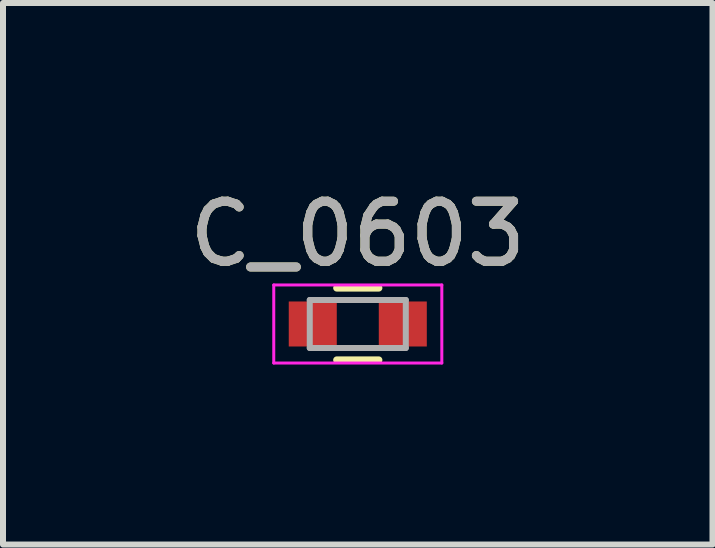
<source format=kicad_pcb>
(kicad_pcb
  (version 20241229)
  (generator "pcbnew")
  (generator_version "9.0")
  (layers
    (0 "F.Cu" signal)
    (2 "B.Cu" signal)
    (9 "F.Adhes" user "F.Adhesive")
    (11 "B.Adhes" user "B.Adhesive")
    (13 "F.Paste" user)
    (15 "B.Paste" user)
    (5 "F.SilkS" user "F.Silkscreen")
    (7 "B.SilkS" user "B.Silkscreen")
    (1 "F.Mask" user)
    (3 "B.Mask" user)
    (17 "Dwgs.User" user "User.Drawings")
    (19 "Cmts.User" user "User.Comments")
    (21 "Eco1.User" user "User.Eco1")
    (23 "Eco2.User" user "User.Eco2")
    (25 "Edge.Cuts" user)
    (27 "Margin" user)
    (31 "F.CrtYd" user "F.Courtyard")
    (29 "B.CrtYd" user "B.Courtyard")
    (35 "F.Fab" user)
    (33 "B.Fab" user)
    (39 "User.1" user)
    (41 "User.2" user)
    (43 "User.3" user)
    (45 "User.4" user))
  (footprint "C_0603"
    (layer "F.Cu")
    (at 2.911 2.348)
    (property "Reference" "C_0603" (at 0 -1.5 0) (layer "F.SilkS") (effects (font (size 1 1) (thickness 0.15))))
    (attr smd)
    (fp_line (start -0.35 -0.6) (end 0.35 -0.6) (stroke (width 0.12) (type solid)) (layer "F.SilkS"))
    (fp_line (start 0.35 0.6) (end -0.35 0.6) (stroke (width 0.12) (type solid)) (layer "F.SilkS"))
    (fp_line (start -1.4 -0.65) (end -1.4 0.65) (stroke (width 0.05) (type solid)) (layer "F.CrtYd"))
    (fp_line (start -1.4 -0.65) (end 1.4 -0.65) (stroke (width 0.05) (type solid)) (layer "F.CrtYd"))
    (fp_line (start 1.4 0.65) (end -1.4 0.65) (stroke (width 0.05) (type solid)) (layer "F.CrtYd"))
    (fp_line (start 1.4 0.65) (end 1.4 -0.65) (stroke (width 0.05) (type solid)) (layer "F.CrtYd"))
    (fp_line (start -0.8 -0.4) (end 0.8 -0.4) (stroke (width 0.1) (type solid)) (layer "F.Fab"))
    (fp_line (start -0.8 0.4) (end -0.8 -0.4) (stroke (width 0.1) (type solid)) (layer "F.Fab"))
    (fp_line (start 0.8 -0.4) (end 0.8 0.4) (stroke (width 0.1) (type solid)) (layer "F.Fab"))
    (fp_line (start 0.8 0.4) (end -0.8 0.4) (stroke (width 0.1) (type solid)) (layer "F.Fab"))
    (fp_text user "${REFERENCE}" (at 0 -1.5 0) (layer "F.Fab") (effects (font (size 1 1) (thickness 0.15))))
    (pad "1" smd rect (at -0.75 0) (size 0.8 0.75) (layers "F.Cu" "F.Mask" "F.Paste"))
    (pad "2" smd rect (at 0.75 0) (size 0.8 0.75) (layers "F.Cu" "F.Mask" "F.Paste")))
  (gr_rect
    (start -3 -3)
    (end 8.821 6.023)
    (stroke (width 0.1) (type default))
    (fill no)
    (layer "Edge.Cuts")))
</source>
